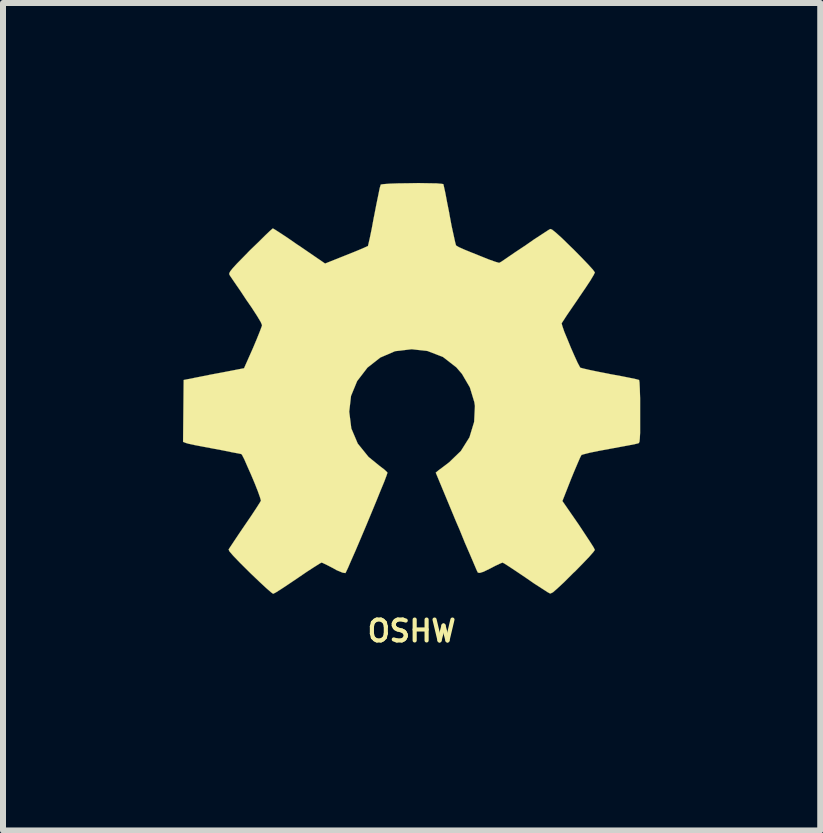
<source format=kicad_pcb>
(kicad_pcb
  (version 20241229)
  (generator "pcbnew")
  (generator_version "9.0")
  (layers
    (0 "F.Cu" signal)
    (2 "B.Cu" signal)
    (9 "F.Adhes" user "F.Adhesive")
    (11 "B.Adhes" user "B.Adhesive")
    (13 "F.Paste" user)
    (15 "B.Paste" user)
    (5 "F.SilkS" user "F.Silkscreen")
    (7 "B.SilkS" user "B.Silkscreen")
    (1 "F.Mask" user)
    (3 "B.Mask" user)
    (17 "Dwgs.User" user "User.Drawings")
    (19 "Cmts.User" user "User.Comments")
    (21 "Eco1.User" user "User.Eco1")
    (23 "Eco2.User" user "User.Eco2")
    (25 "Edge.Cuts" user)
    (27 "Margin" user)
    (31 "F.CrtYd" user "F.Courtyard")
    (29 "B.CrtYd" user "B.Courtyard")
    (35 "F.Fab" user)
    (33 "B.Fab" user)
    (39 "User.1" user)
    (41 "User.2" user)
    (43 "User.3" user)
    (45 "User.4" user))
  (footprint "OSHW"
    (layer "F.Cu")
    (at 3.811 3.425)
    (property "Reference" "OSHW" (at 0 4.041 0) (layer "F.SilkS") (effects (font (size 0.348 0.348) (thickness 0.069))))
    (fp_poly (pts (xy -2.309 3.421) (xy -2.268 3.401) (xy -2.179 3.345) (xy -2.052 3.261) (xy -1.902 3.16) (xy -1.753 3.058) (xy -1.628 2.977) (xy -1.539 2.921) (xy -1.504 2.901) (xy -1.486 2.906) (xy -1.412 2.941) (xy -1.308 2.995) (xy -1.25 3.028) (xy -1.153 3.068) (xy -1.105 3.076) (xy -1.097 3.063) (xy -1.062 2.99) (xy -1.008 2.865) (xy -0.935 2.7) (xy -0.853 2.507) (xy -0.765 2.299) (xy -0.676 2.085) (xy -0.592 1.882) (xy -0.518 1.699) (xy -0.457 1.552) (xy -0.419 1.45) (xy -0.404 1.405) (xy -0.409 1.394) (xy -0.457 1.349) (xy -0.541 1.285) (xy -0.719 1.14) (xy -0.899 0.917) (xy -1.006 0.665) (xy -1.041 0.386) (xy -1.011 0.124) (xy -0.909 -0.124) (xy -0.737 -0.348) (xy -0.523 -0.516) (xy -0.277 -0.622) (xy 0 -0.655) (xy 0.264 -0.625) (xy 0.521 -0.526) (xy 0.744 -0.353) (xy 0.838 -0.244) (xy 0.97 -0.018) (xy 1.044 0.226) (xy 1.054 0.29) (xy 1.041 0.556) (xy 0.963 0.813) (xy 0.82 1.041) (xy 0.625 1.229) (xy 0.602 1.247) (xy 0.511 1.316) (xy 0.45 1.361) (xy 0.401 1.402) (xy 0.742 2.223) (xy 0.798 2.352) (xy 0.889 2.576) (xy 0.973 2.769) (xy 1.039 2.924) (xy 1.082 3.025) (xy 1.102 3.066) (xy 1.105 3.068) (xy 1.135 3.073) (xy 1.199 3.053) (xy 1.313 2.997) (xy 1.389 2.957) (xy 1.476 2.916) (xy 1.514 2.901) (xy 1.547 2.918) (xy 1.631 2.972) (xy 1.753 3.053) (xy 1.9 3.152) (xy 2.04 3.249) (xy 2.169 3.332) (xy 2.263 3.393) (xy 2.306 3.416) (xy 2.314 3.416) (xy 2.355 3.396) (xy 2.428 3.332) (xy 2.54 3.228) (xy 2.697 3.071) (xy 2.723 3.048) (xy 2.852 2.916) (xy 2.959 2.804) (xy 3.028 2.725) (xy 3.053 2.69) (xy 3.03 2.644) (xy 2.972 2.553) (xy 2.885 2.421) (xy 2.784 2.268) (xy 2.512 1.875) (xy 2.659 1.501) (xy 2.705 1.389) (xy 2.764 1.25) (xy 2.807 1.151) (xy 2.83 1.107) (xy 2.87 1.095) (xy 2.972 1.069) (xy 3.119 1.039) (xy 3.297 1.006) (xy 3.465 0.975) (xy 3.617 0.947) (xy 3.726 0.925) (xy 3.774 0.914) (xy 3.787 0.907) (xy 3.797 0.884) (xy 3.802 0.833) (xy 3.807 0.739) (xy 3.807 0.594) (xy 3.807 0.386) (xy 3.807 0.363) (xy 3.807 0.163) (xy 3.802 0.003) (xy 3.797 -0.102) (xy 3.79 -0.142) (xy 3.744 -0.155) (xy 3.635 -0.178) (xy 3.485 -0.208) (xy 3.302 -0.241) (xy 3.292 -0.244) (xy 3.111 -0.279) (xy 2.962 -0.31) (xy 2.855 -0.335) (xy 2.809 -0.348) (xy 2.802 -0.361) (xy 2.764 -0.432) (xy 2.713 -0.544) (xy 2.654 -0.678) (xy 2.596 -0.82) (xy 2.543 -0.947) (xy 2.51 -1.044) (xy 2.499 -1.087) (xy 2.527 -1.13) (xy 2.588 -1.224) (xy 2.677 -1.354) (xy 2.781 -1.506) (xy 2.789 -1.519) (xy 2.893 -1.671) (xy 2.977 -1.798) (xy 3.033 -1.892) (xy 3.053 -1.933) (xy 3.053 -1.935) (xy 3.02 -1.981) (xy 2.941 -2.068) (xy 2.83 -2.184) (xy 2.697 -2.319) (xy 2.654 -2.36) (xy 2.507 -2.504) (xy 2.403 -2.598) (xy 2.339 -2.649) (xy 2.309 -2.659) (xy 2.263 -2.631) (xy 2.167 -2.568) (xy 2.035 -2.482) (xy 1.882 -2.375) (xy 1.869 -2.367) (xy 1.717 -2.266) (xy 1.59 -2.179) (xy 1.501 -2.118) (xy 1.46 -2.095) (xy 1.455 -2.095) (xy 1.392 -2.113) (xy 1.285 -2.151) (xy 1.151 -2.205) (xy 1.011 -2.261) (xy 0.881 -2.314) (xy 0.785 -2.357) (xy 0.742 -2.383) (xy 0.739 -2.385) (xy 0.724 -2.441) (xy 0.699 -2.555) (xy 0.665 -2.71) (xy 0.63 -2.898) (xy 0.625 -2.929) (xy 0.589 -3.109) (xy 0.561 -3.259) (xy 0.538 -3.363) (xy 0.528 -3.406) (xy 0.503 -3.411) (xy 0.414 -3.419) (xy 0.279 -3.421) (xy 0.114 -3.424) (xy -0.058 -3.421) (xy -0.226 -3.419) (xy -0.368 -3.414) (xy -0.472 -3.406) (xy -0.516 -3.399) (xy -0.516 -3.396) (xy -0.533 -3.34) (xy -0.556 -3.226) (xy -0.589 -3.066) (xy -0.625 -2.88) (xy -0.632 -2.847) (xy -0.665 -2.667) (xy -0.696 -2.517) (xy -0.719 -2.416) (xy -0.729 -2.375) (xy -0.747 -2.367) (xy -0.82 -2.334) (xy -0.942 -2.283) (xy -1.092 -2.223) (xy -1.443 -2.083) (xy -1.869 -2.375) (xy -1.908 -2.4) (xy -2.062 -2.507) (xy -2.189 -2.591) (xy -2.276 -2.647) (xy -2.311 -2.667) (xy -2.316 -2.667) (xy -2.36 -2.629) (xy -2.443 -2.55) (xy -2.558 -2.436) (xy -2.695 -2.304) (xy -2.794 -2.202) (xy -2.911 -2.083) (xy -2.985 -2.002) (xy -3.025 -1.951) (xy -3.04 -1.92) (xy -3.038 -1.897) (xy -3.01 -1.854) (xy -2.946 -1.76) (xy -2.857 -1.631) (xy -2.756 -1.478) (xy -2.67 -1.354) (xy -2.576 -1.209) (xy -2.515 -1.107) (xy -2.494 -1.057) (xy -2.499 -1.036) (xy -2.53 -0.953) (xy -2.581 -0.826) (xy -2.644 -0.676) (xy -2.794 -0.338) (xy -3.015 -0.295) (xy -3.15 -0.269) (xy -3.338 -0.234) (xy -3.518 -0.198) (xy -3.8 -0.142) (xy -3.81 0.889) (xy -3.764 0.907) (xy -3.724 0.919) (xy -3.619 0.942) (xy -3.472 0.97) (xy -3.297 1.003) (xy -3.147 1.031) (xy -2.997 1.062) (xy -2.888 1.082) (xy -2.84 1.092) (xy -2.827 1.107) (xy -2.789 1.181) (xy -2.738 1.298) (xy -2.677 1.435) (xy -2.616 1.58) (xy -2.563 1.714) (xy -2.527 1.816) (xy -2.512 1.869) (xy -2.535 1.908) (xy -2.591 1.996) (xy -2.675 2.123) (xy -2.776 2.271) (xy -2.878 2.421) (xy -2.964 2.55) (xy -3.025 2.642) (xy -3.051 2.682) (xy -3.038 2.713) (xy -2.977 2.784) (xy -2.865 2.901) (xy -2.697 3.068) (xy -2.67 3.094) (xy -2.535 3.223) (xy -2.423 3.327) (xy -2.344 3.396) (xy -2.309 3.421)) (stroke (width 0.003) (type solid)) (fill yes) (layer "F.SilkS")))
  (gr_rect
    (start -3 -3)
    (end 10.62 10.79)
    (stroke (width 0.1) (type default))
    (fill no)
    (layer "Edge.Cuts")))
</source>
